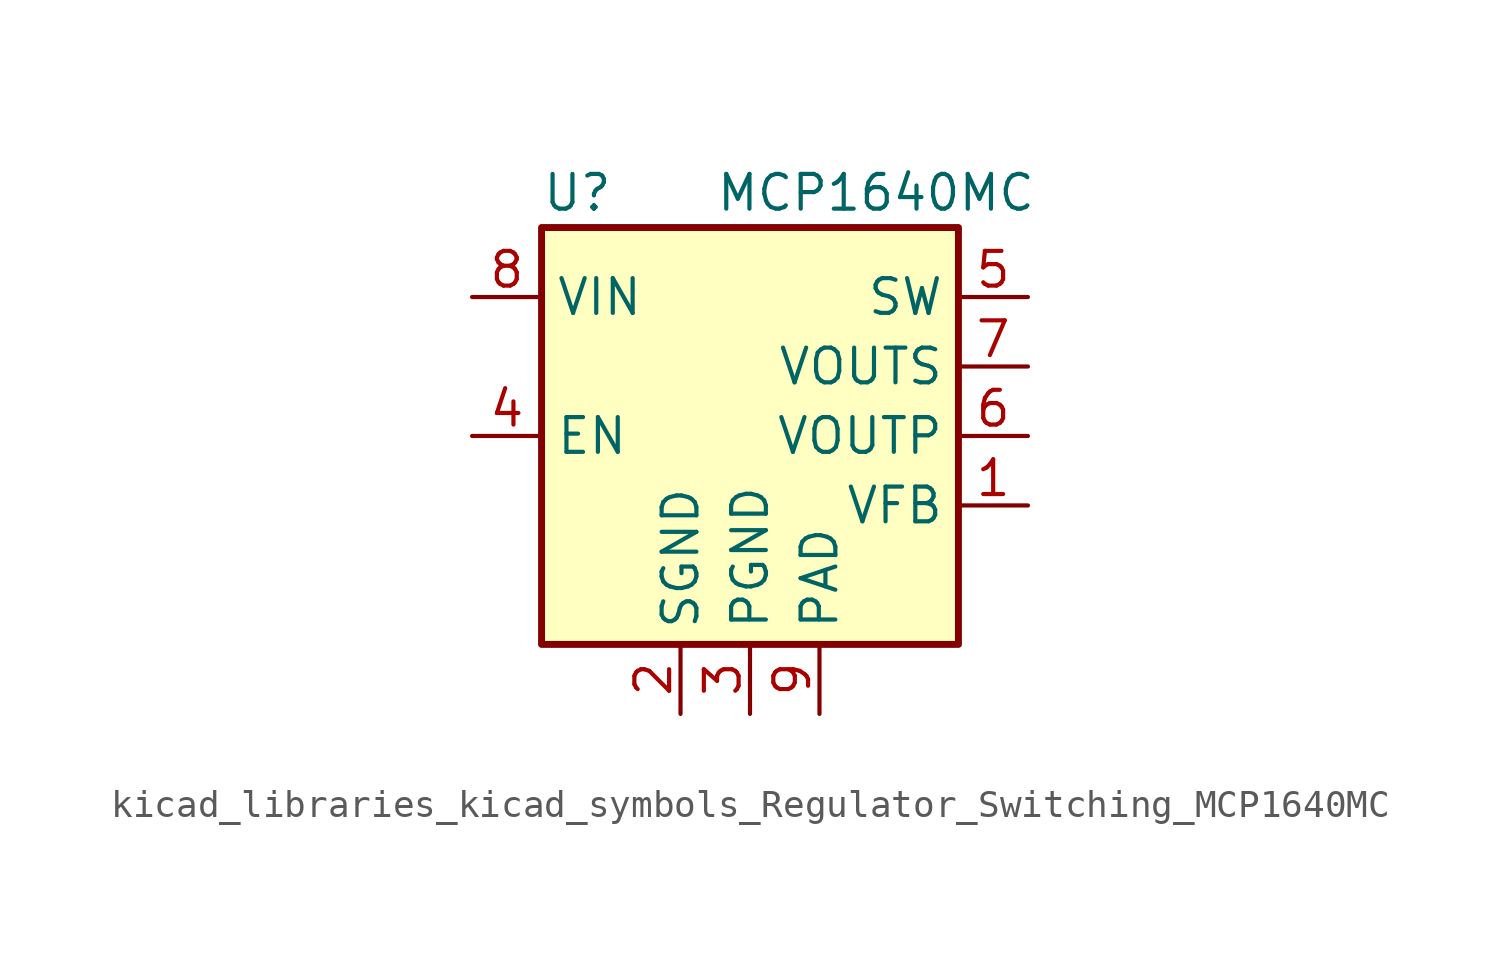
<source format=kicad_sym>
(kicad_symbol_lib
  (version 20220914)
  (generator kicad_symbol_editor)
  (symbol "kicad_libraries_kicad_symbols_Regulator_Switching_MCP1640MC"
    (property "Reference" "U"
      (at -7.62 6.35 0)
      (effects (font (size 1.27 1.27)) (justify left)))
    (property "Value" "MCP1640MC"
      (at -1.27 6.35 0)
      (effects (font (size 1.27 1.27)) (justify left)))
    (symbol "kicad_libraries_kicad_symbols_Regulator_Switching_MCP1640MC_0_1"
      (rectangle (start -7.62 5.08) (end 7.62 -10.16) (stroke (width 0.254) (type default)) (fill (type background))))
    (symbol "kicad_libraries_kicad_symbols_Regulator_Switching_MCP1640MC_1_1"
      (pin input line (at 10.16 -5.08 180) (length 2.54) (name "VFB" (effects (font (size 1.27 1.27)))) (number "1" (effects (font (size 1.27 1.27)))))
      (pin power_in line (at -2.54 -12.7 90) (length 2.54) (name "SGND" (effects (font (size 1.27 1.27)))) (number "2" (effects (font (size 1.27 1.27)))))
      (pin power_in line (at 0 -12.7 90) (length 2.54) (name "PGND" (effects (font (size 1.27 1.27)))) (number "3" (effects (font (size 1.27 1.27)))))
      (pin input line (at -10.16 -2.54 0) (length 2.54) (name "EN" (effects (font (size 1.27 1.27)))) (number "4" (effects (font (size 1.27 1.27)))))
      (pin input line (at 10.16 2.54 180) (length 2.54) (name "SW" (effects (font (size 1.27 1.27)))) (number "5" (effects (font (size 1.27 1.27)))))
      (pin power_out line (at 10.16 -2.54 180) (length 2.54) (name "VOUTP" (effects (font (size 1.27 1.27)))) (number "6" (effects (font (size 1.27 1.27)))))
      (pin input line (at 10.16 0 180) (length 2.54) (name "VOUTS" (effects (font (size 1.27 1.27)))) (number "7" (effects (font (size 1.27 1.27)))))
      (pin power_in line (at -10.16 2.54 0) (length 2.54) (name "VIN" (effects (font (size 1.27 1.27)))) (number "8" (effects (font (size 1.27 1.27)))))
      (pin passive line (at 2.54 -12.7 90) (length 2.54) (name "PAD" (effects (font (size 1.27 1.27)))) (number "9" (effects (font (size 1.27 1.27))))))))
</source>
